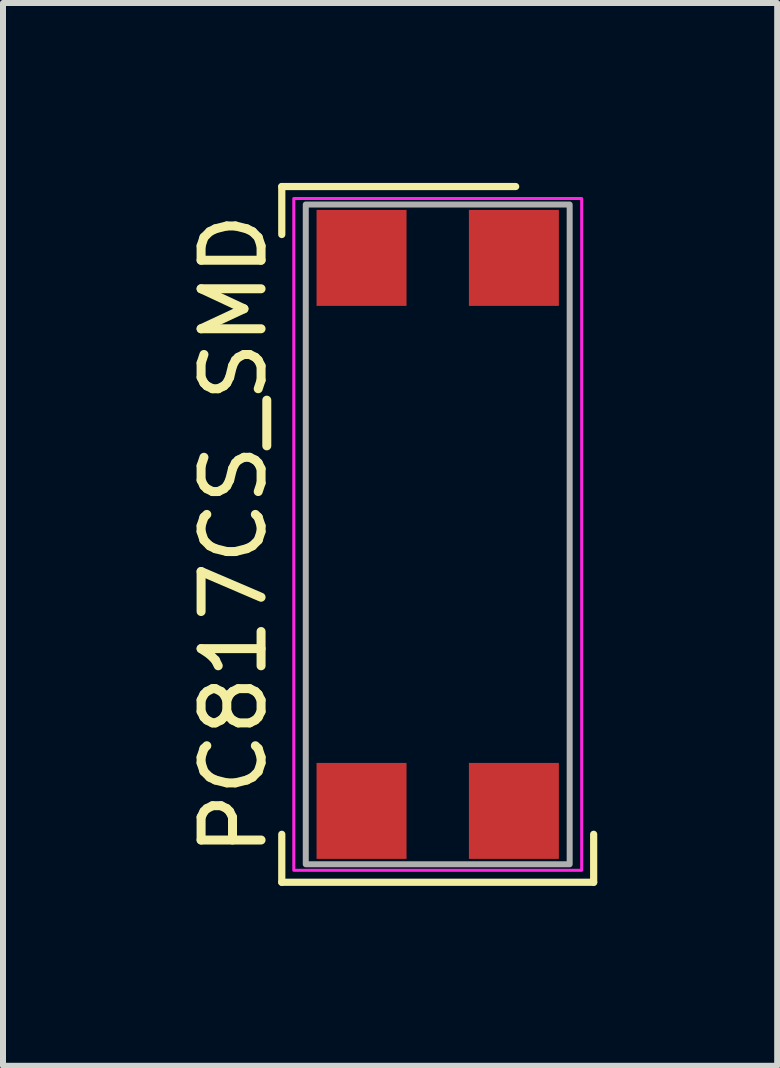
<source format=kicad_pcb>
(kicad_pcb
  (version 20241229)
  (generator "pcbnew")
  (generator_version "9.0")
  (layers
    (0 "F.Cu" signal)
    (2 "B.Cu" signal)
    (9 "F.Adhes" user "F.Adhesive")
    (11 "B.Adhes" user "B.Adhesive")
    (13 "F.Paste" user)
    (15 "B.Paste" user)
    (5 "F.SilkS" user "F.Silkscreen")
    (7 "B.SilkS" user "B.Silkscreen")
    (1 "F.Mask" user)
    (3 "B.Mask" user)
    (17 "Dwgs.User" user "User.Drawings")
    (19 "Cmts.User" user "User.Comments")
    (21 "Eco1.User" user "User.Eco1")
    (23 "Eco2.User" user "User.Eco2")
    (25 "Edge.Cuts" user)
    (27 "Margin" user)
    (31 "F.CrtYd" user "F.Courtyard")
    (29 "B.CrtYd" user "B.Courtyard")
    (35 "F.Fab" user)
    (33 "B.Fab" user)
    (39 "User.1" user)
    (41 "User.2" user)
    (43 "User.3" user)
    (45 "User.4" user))
  (footprint "PC817CS_SMD"
    (layer "F.Cu")
    (at 4.248 5.86)
    (property "Reference" "PC817CS_SMD" (at -3.4 0 90) (unlocked yes) (layer "F.SilkS") (effects (font (size 1 1) (thickness 0.15))))
    (attr smd)
    (fp_line (start -2.6 -5.8) (end 1.3 -5.8) (stroke (width 0.12) (type default)) (layer "F.SilkS"))
    (fp_line (start -2.6 -5) (end -2.6 -5.8) (stroke (width 0.12) (type default)) (layer "F.SilkS"))
    (fp_line (start -2.6 5) (end -2.6 5.8) (stroke (width 0.12) (type default)) (layer "F.SilkS"))
    (fp_line (start -2.6 5.8) (end 2.6 5.8) (stroke (width 0.12) (type default)) (layer "F.SilkS"))
    (fp_line (start 2.6 5) (end 2.6 5.8) (stroke (width 0.12) (type default)) (layer "F.SilkS"))
    (fp_rect (start -2.4 -5.6) (end 2.4 5.6) (stroke (width 0.05) (type default)) (fill no) (layer "F.CrtYd"))
    (fp_rect (start -2.2 -5.5) (end 2.2 5.5) (stroke (width 0.1) (type default)) (fill no) (layer "F.Fab"))
    (pad "1" smd rect (at 1.27 -4.61) (size 1.5 1.6) (layers "F.Cu" "F.Mask" "F.Paste"))
    (pad "2" smd rect (at -1.27 -4.61) (size 1.5 1.6) (layers "F.Cu" "F.Mask" "F.Paste"))
    (pad "3" smd rect (at -1.27 4.61) (size 1.5 1.6) (layers "F.Cu" "F.Mask" "F.Paste"))
    (pad "4" smd rect (at 1.27 4.61) (size 1.5 1.6) (layers "F.Cu" "F.Mask" "F.Paste")))
  (gr_rect
    (start -3 -3)
    (end 9.908 14.72)
    (stroke (width 0.1) (type default))
    (fill no)
    (layer "Edge.Cuts")))
</source>
